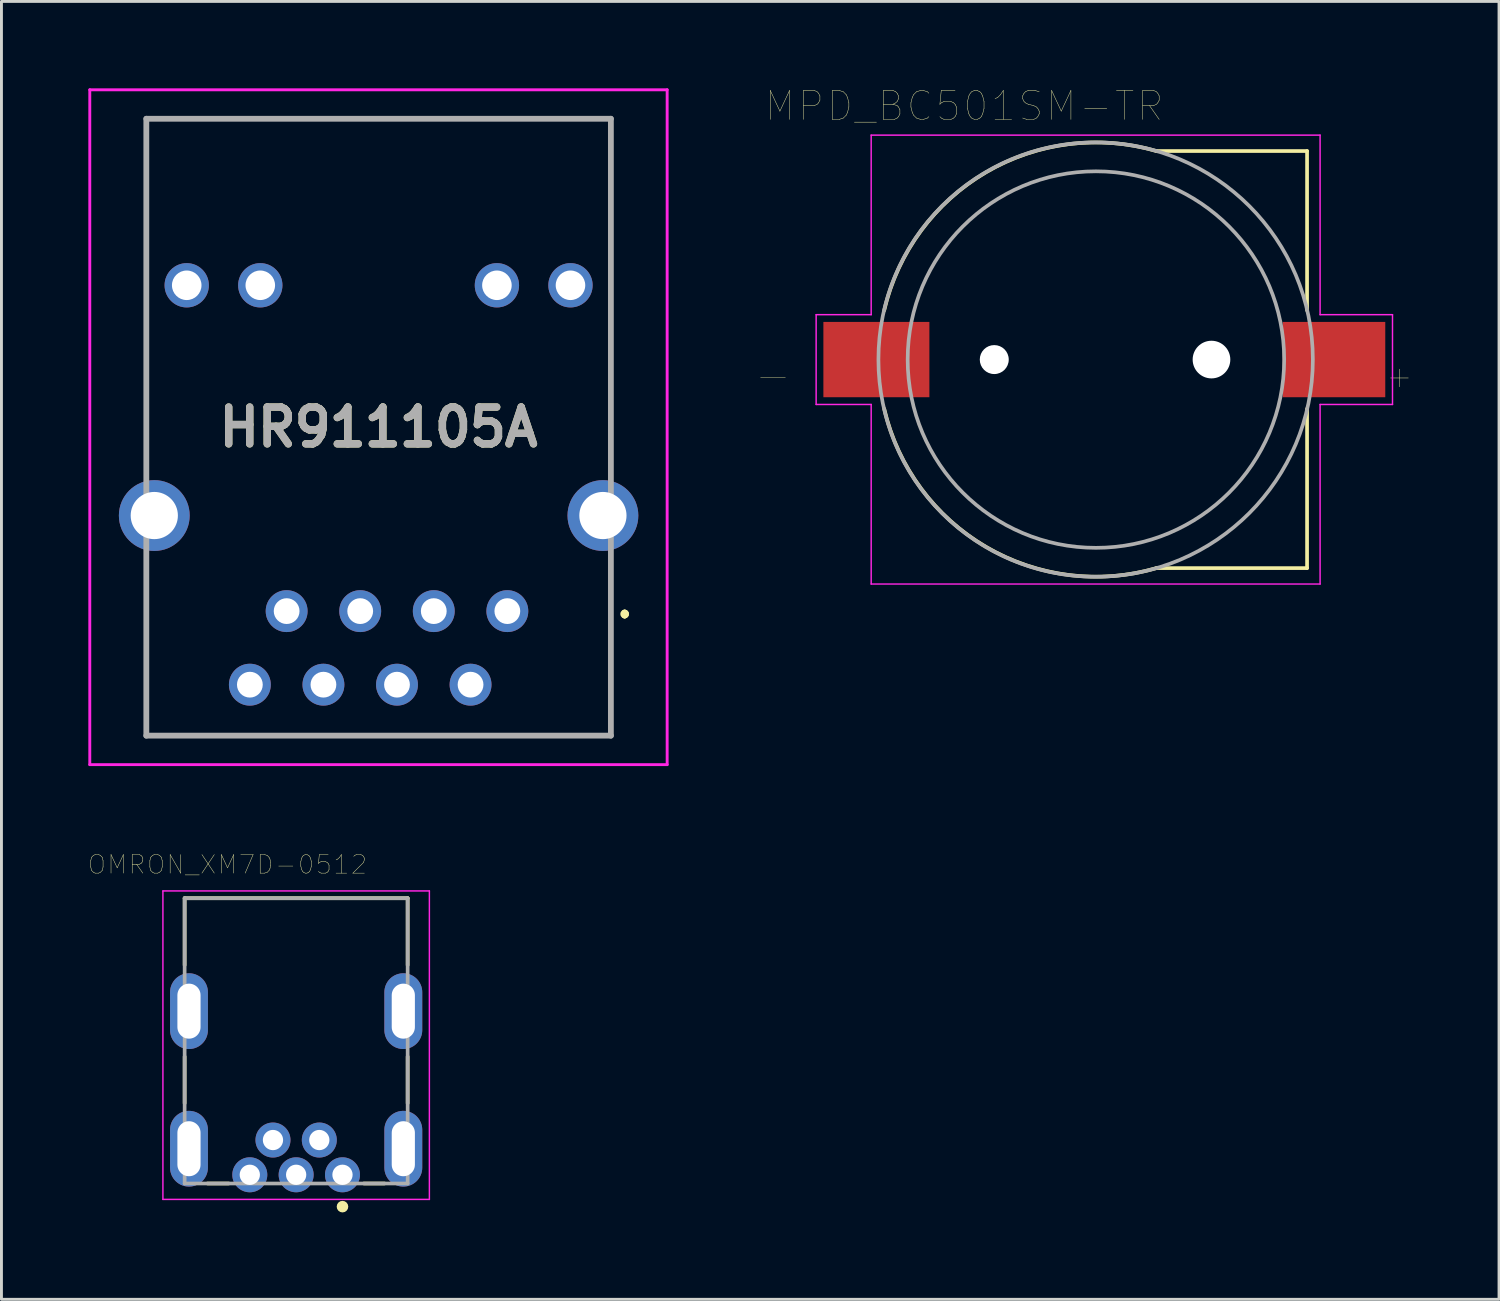
<source format=kicad_pcb>
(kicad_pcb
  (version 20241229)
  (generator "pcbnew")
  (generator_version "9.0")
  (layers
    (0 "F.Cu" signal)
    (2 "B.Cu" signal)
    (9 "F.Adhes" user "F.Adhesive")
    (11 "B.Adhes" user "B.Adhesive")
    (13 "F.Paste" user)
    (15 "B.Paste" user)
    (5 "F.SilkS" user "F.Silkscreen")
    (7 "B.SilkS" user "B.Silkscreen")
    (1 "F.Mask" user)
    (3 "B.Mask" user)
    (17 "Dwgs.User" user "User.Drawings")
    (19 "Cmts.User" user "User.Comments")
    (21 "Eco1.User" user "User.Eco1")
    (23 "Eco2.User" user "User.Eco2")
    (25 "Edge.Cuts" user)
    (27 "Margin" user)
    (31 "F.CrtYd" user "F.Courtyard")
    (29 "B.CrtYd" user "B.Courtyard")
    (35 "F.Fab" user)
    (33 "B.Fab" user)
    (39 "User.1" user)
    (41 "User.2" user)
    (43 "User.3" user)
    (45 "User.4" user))
  (footprint "HR911105A"
    (layer "F.Cu")
    (at 14.467 18.05)
    (property "Reference" "HR911105A" (at -4.45 -6.35 0) (layer "F.SilkS") (effects (font (size 1.27 1.27) (thickness 0.254))))
    (attr through_hole)
    (fp_line (start -12.465 -17) (end -12.465 -17) (stroke (width 0.1) (type solid)) (layer "F.SilkS"))
    (fp_line (start -12.465 -17) (end -12.465 -5.35) (stroke (width 0.1) (type solid)) (layer "F.SilkS"))
    (fp_line (start -12.465 -5.35) (end -12.465 -17) (stroke (width 0.1) (type solid)) (layer "F.SilkS"))
    (fp_line (start -12.465 -5.35) (end -12.465 -5.35) (stroke (width 0.1) (type solid)) (layer "F.SilkS"))
    (fp_line (start -12.465 -1.1) (end -12.465 -1.1) (stroke (width 0.1) (type solid)) (layer "F.SilkS"))
    (fp_line (start -12.465 -1.1) (end -12.465 4.3) (stroke (width 0.1) (type solid)) (layer "F.SilkS"))
    (fp_line (start -12.465 4.3) (end -12.465 -1.1) (stroke (width 0.1) (type solid)) (layer "F.SilkS"))
    (fp_line (start -12.465 4.3) (end -12.465 4.3) (stroke (width 0.1) (type solid)) (layer "F.SilkS"))
    (fp_line (start 3.575 -17) (end 3.575 -17) (stroke (width 0.1) (type solid)) (layer "F.SilkS"))
    (fp_line (start 3.575 -17) (end 3.575 -5.6) (stroke (width 0.1) (type solid)) (layer "F.SilkS"))
    (fp_line (start 3.575 -5.6) (end 3.575 -17) (stroke (width 0.1) (type solid)) (layer "F.SilkS"))
    (fp_line (start 3.575 -5.6) (end 3.575 -5.6) (stroke (width 0.1) (type solid)) (layer "F.SilkS"))
    (fp_line (start 3.575 -1.1) (end 3.575 -1.1) (stroke (width 0.1) (type solid)) (layer "F.SilkS"))
    (fp_line (start 3.575 -1.1) (end 3.575 4.3) (stroke (width 0.1) (type solid)) (layer "F.SilkS"))
    (fp_line (start 3.575 4.3) (end 3.575 -1.1) (stroke (width 0.1) (type solid)) (layer "F.SilkS"))
    (fp_line (start 3.575 4.3) (end 3.575 4.3) (stroke (width 0.1) (type solid)) (layer "F.SilkS"))
    (fp_line (start 4.05 0.05) (end 4.05 0.05) (stroke (width 0.2) (type solid)) (layer "F.SilkS"))
    (fp_line (start 4.05 0.15) (end 4.05 0.15) (stroke (width 0.2) (type solid)) (layer "F.SilkS"))
    (fp_line (start 4.05 0.15) (end 4.05 0.15) (stroke (width 0.2) (type solid)) (layer "F.SilkS"))
    (fp_arc (start 4.05 0.05) (mid 4.1 0.1) (end 4.05 0.15) (stroke (width 0.2) (type solid)) (layer "F.SilkS"))
    (fp_arc (start 4.05 0.05) (mid 4.1 0.1) (end 4.05 0.15) (stroke (width 0.2) (type solid)) (layer "F.SilkS"))
    (fp_arc (start 4.05 0.15) (mid 4 0.1) (end 4.05 0.05) (stroke (width 0.2) (type solid)) (layer "F.SilkS"))
    (fp_line (start -14.417 -18) (end 5.518 -18) (stroke (width 0.1) (type solid)) (layer "F.CrtYd"))
    (fp_line (start -14.417 5.3) (end -14.417 -18) (stroke (width 0.1) (type solid)) (layer "F.CrtYd"))
    (fp_line (start 5.518 -18) (end 5.518 5.3) (stroke (width 0.1) (type solid)) (layer "F.CrtYd"))
    (fp_line (start 5.518 5.3) (end -14.417 5.3) (stroke (width 0.1) (type solid)) (layer "F.CrtYd"))
    (fp_line (start -12.465 -17) (end -12.465 4.3) (stroke (width 0.2) (type solid)) (layer "F.Fab"))
    (fp_line (start -12.465 4.3) (end 3.575 4.3) (stroke (width 0.2) (type solid)) (layer "F.Fab"))
    (fp_line (start 3.575 -17) (end -12.465 -17) (stroke (width 0.2) (type solid)) (layer "F.Fab"))
    (fp_line (start 3.575 4.3) (end 3.575 -17) (stroke (width 0.2) (type solid)) (layer "F.Fab"))
    (fp_text user "${REFERENCE}" (at -4.45 -6.35 0) (layer "F.Fab") (effects (font (size 1.27 1.27) (thickness 0.254))))
    (pad "" np_thru_hole circle (at -10.16 -6.35) (size 0.001 0.001) (drill 3.25) (layers "*.Cu" "*.Mask"))
    (pad "" np_thru_hole circle (at 1.27 -6.35) (size 0.001 0.001) (drill 3.25) (layers "*.Cu" "*.Mask"))
    (pad "1" thru_hole circle (at 0 0) (size 1.446 1.446) (drill 0.89) (layers "*.Cu" "*.Mask"))
    (pad "2" thru_hole circle (at -1.27 2.54) (size 1.446 1.446) (drill 0.89) (layers "*.Cu" "*.Mask"))
    (pad "3" thru_hole circle (at -2.54 0) (size 1.446 1.446) (drill 0.89) (layers "*.Cu" "*.Mask"))
    (pad "4" thru_hole circle (at -3.81 2.54) (size 1.446 1.446) (drill 0.89) (layers "*.Cu" "*.Mask"))
    (pad "5" thru_hole circle (at -5.08 0) (size 1.446 1.446) (drill 0.89) (layers "*.Cu" "*.Mask"))
    (pad "6" thru_hole circle (at -6.35 2.54) (size 1.446 1.446) (drill 0.89) (layers "*.Cu" "*.Mask"))
    (pad "7" thru_hole circle (at -7.62 0) (size 1.446 1.446) (drill 0.89) (layers "*.Cu" "*.Mask"))
    (pad "8" thru_hole circle (at -8.89 2.54) (size 1.446 1.446) (drill 0.89) (layers "*.Cu" "*.Mask"))
    (pad "9" thru_hole circle (at 2.18 -11.25) (size 1.53 1.53) (drill 1.02) (layers "*.Cu" "*.Mask"))
    (pad "10" thru_hole circle (at -0.36 -11.25) (size 1.53 1.53) (drill 1.02) (layers "*.Cu" "*.Mask"))
    (pad "11" thru_hole circle (at -8.53 -11.25) (size 1.53 1.53) (drill 1.02) (layers "*.Cu" "*.Mask"))
    (pad "12" thru_hole circle (at -11.07 -11.25) (size 1.53 1.53) (drill 1.02) (layers "*.Cu" "*.Mask"))
    (pad "MH1" thru_hole circle (at 3.3 -3.3) (size 2.445 2.445) (drill 1.63) (layers "*.Cu" "*.Mask"))
    (pad "MH2" thru_hole circle (at -12.19 -3.3) (size 2.445 2.445) (drill 1.63) (layers "*.Cu" "*.Mask")))
  (footprint "OMRON_XM7D-0512"
    (layer "F.Cu")
    (at 7.175 36.612)
    (property "Reference" "OMRON_XM7D-0512" (at -2.369 -9.811 0) (layer "F.SilkS") (effects (font (size 0.64 0.64) (thickness 0.015))))
    (attr through_hole)
    (fp_line (start -3.85 -8.65) (end -3.85 -6.34) (stroke (width 0.127) (type solid)) (layer "F.SilkS"))
    (fp_line (start -3.85 -8.65) (end 3.85 -8.65) (stroke (width 0.127) (type solid)) (layer "F.SilkS"))
    (fp_line (start -3.85 -3.18) (end -3.85 -1.57) (stroke (width 0.127) (type solid)) (layer "F.SilkS"))
    (fp_line (start -3.06 1.2) (end -2.33 1.2) (stroke (width 0.127) (type solid)) (layer "F.SilkS"))
    (fp_line (start 2.34 1.2) (end 3.05 1.2) (stroke (width 0.127) (type solid)) (layer "F.SilkS"))
    (fp_line (start 3.85 -8.65) (end 3.85 -6.34) (stroke (width 0.127) (type solid)) (layer "F.SilkS"))
    (fp_line (start 3.85 -3.18) (end 3.85 -1.57) (stroke (width 0.127) (type solid)) (layer "F.SilkS"))
    (fp_circle (center 1.6 2) (end 1.7 2) (stroke (width 0.2) (type solid)) (fill no) (layer "F.SilkS"))
    (fp_line (start -4.6 -8.9) (end 4.6 -8.9) (stroke (width 0.05) (type solid)) (layer "F.CrtYd"))
    (fp_line (start -4.6 1.75) (end -4.6 -8.9) (stroke (width 0.05) (type solid)) (layer "F.CrtYd"))
    (fp_line (start 4.6 -8.9) (end 4.6 1.75) (stroke (width 0.05) (type solid)) (layer "F.CrtYd"))
    (fp_line (start 4.6 1.75) (end -4.6 1.75) (stroke (width 0.05) (type solid)) (layer "F.CrtYd"))
    (fp_line (start -3.85 -8.65) (end 3.85 -8.65) (stroke (width 0.127) (type solid)) (layer "F.Fab"))
    (fp_line (start -3.85 1.2) (end -3.85 -8.65) (stroke (width 0.127) (type solid)) (layer "F.Fab"))
    (fp_line (start 3.85 -8.65) (end 3.85 1.2) (stroke (width 0.127) (type solid)) (layer "F.Fab"))
    (fp_line (start 3.85 1.2) (end -3.85 1.2) (stroke (width 0.127) (type solid)) (layer "F.Fab"))
    (pad "1" thru_hole circle (at 1.6 0.9) (size 1.208 1.208) (drill 0.7) (layers "*.Cu" "*.Mask"))
    (pad "2" thru_hole circle (at 0.8 -0.3) (size 1.208 1.208) (drill 0.7) (layers "*.Cu" "*.Mask"))
    (pad "3" thru_hole circle (at 0 0.9) (size 1.208 1.208) (drill 0.7) (layers "*.Cu" "*.Mask"))
    (pad "4" thru_hole circle (at -0.8 -0.3) (size 1.208 1.208) (drill 0.7) (layers "*.Cu" "*.Mask"))
    (pad "5" thru_hole circle (at -1.6 0.9) (size 1.208 1.208) (drill 0.7) (layers "*.Cu" "*.Mask"))
    (pad "6" thru_hole oval (at -3.7 -4.75) (size 1.308 2.616) (drill oval 0.8 1.9) (layers "*.Cu" "*.Mask"))
    (pad "6" thru_hole oval (at -3.7 0) (size 1.308 2.616) (drill oval 0.8 1.9) (layers "*.Cu" "*.Mask"))
    (pad "6" thru_hole oval (at 3.7 -4.75) (size 1.308 2.616) (drill oval 0.8 1.9) (layers "*.Cu" "*.Mask"))
    (pad "6" thru_hole oval (at 3.7 0) (size 1.308 2.616) (drill oval 0.8 1.9) (layers "*.Cu" "*.Mask")))
  (footprint "MPD_BC501SM-TR"
    (layer "F.Cu")
    (at 34.779 9.365)
    (property "Reference" "MPD_BC501SM-TR" (at -4.544 -8.754 0) (layer "F.SilkS") (effects (font (size 1 1) (thickness 0.015))))
    (attr through_hole)
    (fp_line (start 2.1 -7.2) (end 7.3 -7.2) (stroke (width 0.127) (type solid)) (layer "F.SilkS"))
    (fp_line (start 2.1 7.2) (end 7.3 7.2) (stroke (width 0.127) (type solid)) (layer "F.SilkS"))
    (fp_line (start 7.3 -1.7) (end 7.3 -7.2) (stroke (width 0.127) (type solid)) (layer "F.SilkS"))
    (fp_line (start 7.3 1.7) (end 7.3 7.2) (stroke (width 0.127) (type solid)) (layer "F.SilkS"))
    (fp_arc (start -7.299999 -1.7) (mid -3.781493 -6.469279) (end 2.1 -7.2) (stroke (width 0.127) (type solid)) (layer "F.SilkS"))
    (fp_arc (start 2.1 7.200001) (mid -3.781493 6.46928) (end -7.3 1.7) (stroke (width 0.127) (type solid)) (layer "F.SilkS"))
    (fp_line (start -9.65 -1.55) (end -7.75 -1.55) (stroke (width 0.05) (type solid)) (layer "F.CrtYd"))
    (fp_line (start -9.65 1.55) (end -9.65 -1.55) (stroke (width 0.05) (type solid)) (layer "F.CrtYd"))
    (fp_line (start -7.75 -7.75) (end 7.75 -7.75) (stroke (width 0.05) (type solid)) (layer "F.CrtYd"))
    (fp_line (start -7.75 -1.55) (end -7.75 -7.75) (stroke (width 0.05) (type solid)) (layer "F.CrtYd"))
    (fp_line (start -7.75 1.55) (end -9.65 1.55) (stroke (width 0.05) (type solid)) (layer "F.CrtYd"))
    (fp_line (start -7.75 7.75) (end -7.75 1.55) (stroke (width 0.05) (type solid)) (layer "F.CrtYd"))
    (fp_line (start 7.75 -7.75) (end 7.75 -1.55) (stroke (width 0.05) (type solid)) (layer "F.CrtYd"))
    (fp_line (start 7.75 -1.55) (end 10.25 -1.55) (stroke (width 0.05) (type solid)) (layer "F.CrtYd"))
    (fp_line (start 7.75 1.55) (end 7.75 7.75) (stroke (width 0.05) (type solid)) (layer "F.CrtYd"))
    (fp_line (start 7.75 7.75) (end -7.75 7.75) (stroke (width 0.05) (type solid)) (layer "F.CrtYd"))
    (fp_line (start 10.25 -1.55) (end 10.25 1.55) (stroke (width 0.05) (type solid)) (layer "F.CrtYd"))
    (fp_line (start 10.25 1.55) (end 7.75 1.55) (stroke (width 0.05) (type solid)) (layer "F.CrtYd"))
    (fp_circle (center 0 0) (end 7.5 0) (stroke (width 0.127) (type solid)) (fill no) (layer "F.Fab"))
    (fp_circle (center 0.01 0) (end 6.51 0) (stroke (width 0.127) (type solid)) (fill no) (layer "F.Fab"))
    (fp_text user "+" (at 10.49 0.57 0) (layer "F.SilkS") (effects (font (size 0.8 0.8) (thickness 0.015))))
    (fp_text user "-" (at -11.14 0.52 0) (layer "F.SilkS") (effects (font (size 1.12 1.12) (thickness 0.015))))
    (pad "" np_thru_hole circle (at -3.5 0) (size 1 1) (drill 1) (layers "*.Cu" "*.Mask"))
    (pad "" np_thru_hole circle (at 4 0) (size 1.3 1.3) (drill 1.3) (layers "*.Cu" "*.Mask"))
    (pad "1" smd rect (at 8.23 0) (size 3.54 2.6) (layers "F.Cu" "F.Mask" "F.Paste"))
    (pad "2" smd rect (at -7.57 0) (size 3.66 2.6) (layers "F.Cu" "F.Mask" "F.Paste")))
  (gr_rect
    (start -3 -3)
    (end 48.707 41.812)
    (stroke (width 0.1) (type default))
    (fill no)
    (layer "Edge.Cuts")))
</source>
